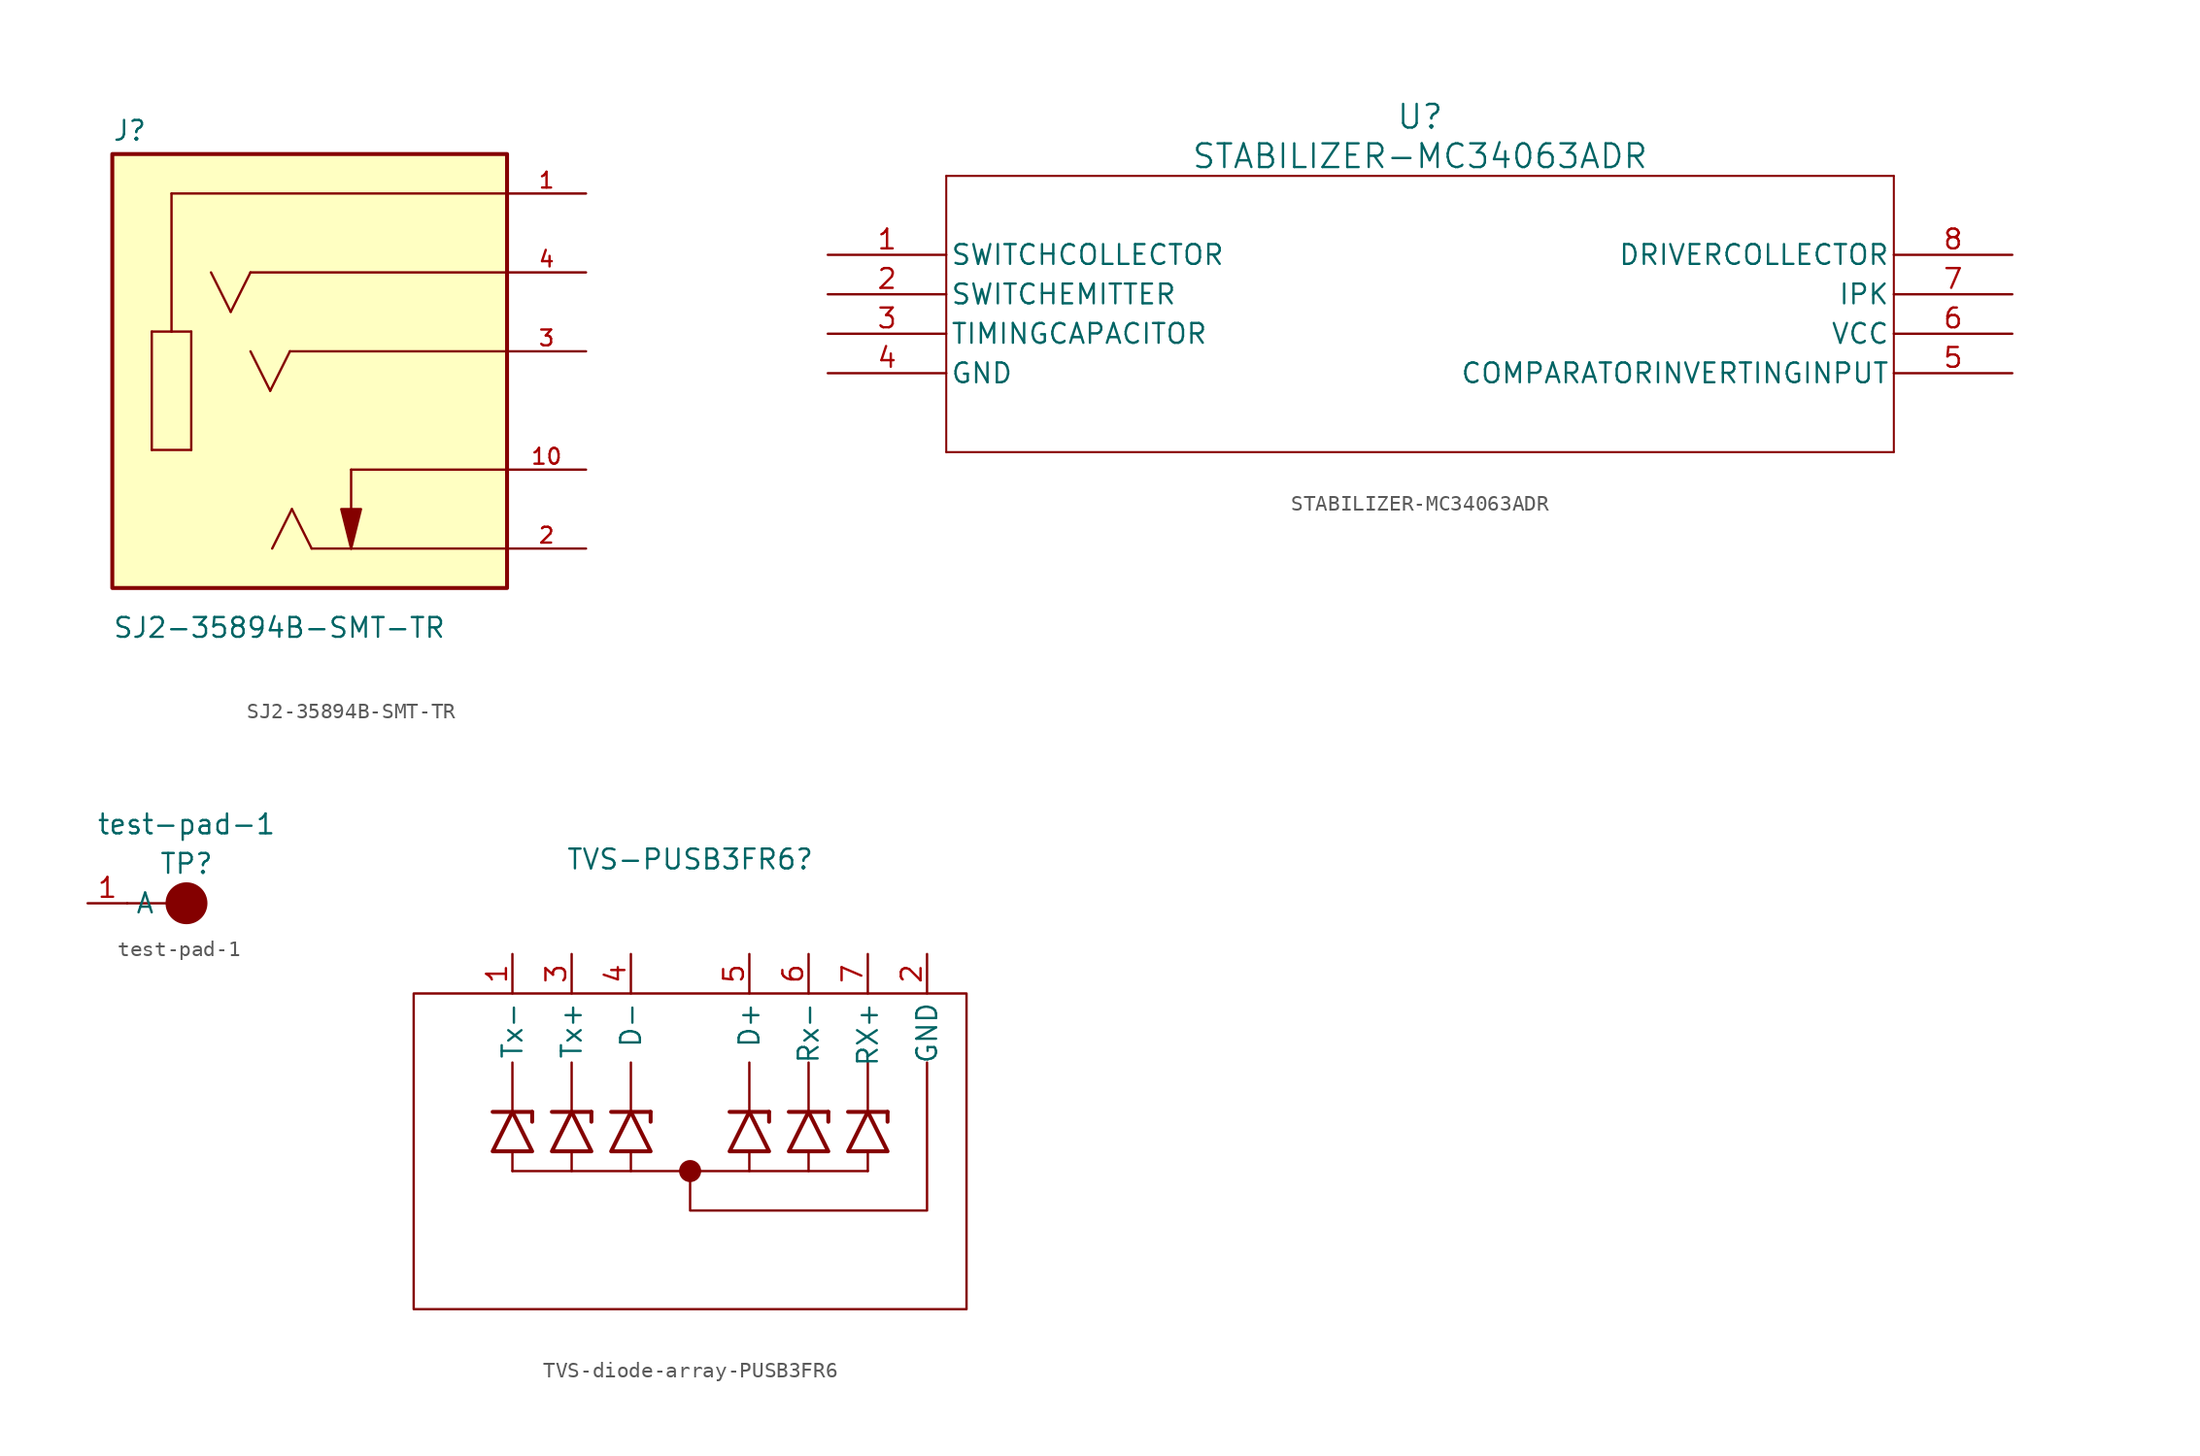
<source format=kicad_sym>
(kicad_symbol_lib
  (version 20241209)
  (generator "kicad_symbol_editor")
  (generator_version "9.0")
  (symbol "SJ2-35894B-SMT-TR"
    (pin_names
      (offset 1.016))
    (property "Reference" "J"
      (at -12.709 16.002 0)
      (effects (font (size 1.27 1.27)) (justify left bottom)))
    (property "Value" "SJ2-35894B-SMT-TR"
      (at -12.701 -16.002 0)
      (effects (font (size 1.27 1.27)) (justify left bottom)))
    (symbol "SJ2-35894B-SMT-TR_0_0"
      (rectangle (start -12.7 -12.7) (end 12.7 15.24) (stroke (width 0.254) (type default)) (fill (type background)))
      (polyline (pts (xy -10.16 3.81) (xy -8.89 3.81)) (stroke (width 0.152) (type default)) (fill (type none)))
      (polyline (pts (xy -10.16 -3.81) (xy -10.16 3.81)) (stroke (width 0.152) (type default)) (fill (type none)))
      (polyline (pts (xy -8.89 12.7) (xy -8.89 3.81)) (stroke (width 0.152) (type default)) (fill (type none)))
      (polyline (pts (xy -8.89 3.81) (xy -7.62 3.81)) (stroke (width 0.152) (type default)) (fill (type none)))
      (polyline (pts (xy -7.62 3.81) (xy -7.62 -3.81)) (stroke (width 0.152) (type default)) (fill (type none)))
      (polyline (pts (xy -7.62 -3.81) (xy -10.16 -3.81)) (stroke (width 0.152) (type default)) (fill (type none)))
      (polyline (pts (xy -5.08 5.08) (xy -6.35 7.62)) (stroke (width 0.152) (type default)) (fill (type none)))
      (polyline (pts (xy -3.81 7.62) (xy -5.08 5.08)) (stroke (width 0.152) (type default)) (fill (type none)))
      (polyline (pts (xy -2.54 0) (xy -3.81 2.54)) (stroke (width 0.152) (type default)) (fill (type none)))
      (polyline (pts (xy -1.27 2.54) (xy -2.54 0)) (stroke (width 0.152) (type default)) (fill (type none)))
      (polyline (pts (xy -1.143 -7.62) (xy -2.413 -10.16)) (stroke (width 0.152) (type default)) (fill (type none)))
      (polyline (pts (xy 0.127 -10.16) (xy -1.143 -7.62)) (stroke (width 0.152) (type default)) (fill (type none)))
      (polyline (pts (xy 2.667 -5.08) (xy 2.667 -10.16)) (stroke (width 0.152) (type default)) (fill (type none)))
      (polyline (pts (xy 2.667 -10.16) (xy 0.127 -10.16)) (stroke (width 0.152) (type default)) (fill (type none)))
      (polyline (pts (xy 2.667 -10.16) (xy 2.032 -7.62) (xy 3.302 -7.62) (xy 2.667 -10.16)) (stroke (width 0.152) (type default)) (fill (type outline)))
      (polyline (pts (xy 12.7 12.7) (xy -8.89 12.7)) (stroke (width 0.152) (type default)) (fill (type none)))
      (polyline (pts (xy 12.7 7.62) (xy -3.81 7.62)) (stroke (width 0.152) (type default)) (fill (type none)))
      (polyline (pts (xy 12.7 2.54) (xy -1.27 2.54)) (stroke (width 0.152) (type default)) (fill (type none)))
      (polyline (pts (xy 12.7 -5.08) (xy 2.667 -5.08)) (stroke (width 0.152) (type default)) (fill (type none)))
      (polyline (pts (xy 12.7 -10.16) (xy 2.667 -10.16)) (stroke (width 0.152) (type default)) (fill (type none)))
      (pin passive line (at 17.78 12.7 180) (length 5.08) (name "~" (effects (font (size 1.016 1.016)))) (number "1" (effects (font (size 1.016 1.016)))))
      (pin passive line (at 17.78 7.62 180) (length 5.08) (name "~" (effects (font (size 1.016 1.016)))) (number "4" (effects (font (size 1.016 1.016)))))
      (pin passive line (at 17.78 2.54 180) (length 5.08) (name "~" (effects (font (size 1.016 1.016)))) (number "3" (effects (font (size 1.016 1.016)))))
      (pin passive line (at 17.78 -5.08 180) (length 5.08) (name "~" (effects (font (size 1.016 1.016)))) (number "10" (effects (font (size 1.016 1.016)))))
      (pin passive line (at 17.78 -10.16 180) (length 5.08) (name "~" (effects (font (size 1.016 1.016)))) (number "2" (effects (font (size 1.016 1.016)))))))
  (symbol "STABILIZER-MC34063ADR"
    (pin_names
      (offset 0.254))
    (property "Reference" "U"
      (at 38.1 8.89 0)
      (effects (font (size 1.524 1.524))))
    (property "Value" "STABILIZER-MC34063ADR"
      (at 38.1 6.35 0)
      (effects (font (size 1.524 1.524))))
    (symbol "STABILIZER-MC34063ADR_0_1"
      (polyline (pts (xy 7.62 5.08) (xy 7.62 -12.7)) (stroke (width 0.127) (type default)) (fill (type none)))
      (polyline (pts (xy 7.62 -12.7) (xy 68.58 -12.7)) (stroke (width 0.127) (type default)) (fill (type none)))
      (polyline (pts (xy 68.58 5.08) (xy 7.62 5.08)) (stroke (width 0.127) (type default)) (fill (type none)))
      (polyline (pts (xy 68.58 -12.7) (xy 68.58 5.08)) (stroke (width 0.127) (type default)) (fill (type none)))
      (pin unspecified line (at 0 0 0) (length 7.62) (name "SWITCHCOLLECTOR" (effects (font (size 1.27 1.27)))) (number "1" (effects (font (size 1.27 1.27)))))
      (pin unspecified line (at 0 -2.54 0) (length 7.62) (name "SWITCHEMITTER" (effects (font (size 1.27 1.27)))) (number "2" (effects (font (size 1.27 1.27)))))
      (pin unspecified line (at 0 -5.08 0) (length 7.62) (name "TIMINGCAPACITOR" (effects (font (size 1.27 1.27)))) (number "3" (effects (font (size 1.27 1.27)))))
      (pin power_in line (at 0 -7.62 0) (length 7.62) (name "GND" (effects (font (size 1.27 1.27)))) (number "4" (effects (font (size 1.27 1.27)))))
      (pin unspecified line (at 76.2 0 180) (length 7.62) (name "DRIVERCOLLECTOR" (effects (font (size 1.27 1.27)))) (number "8" (effects (font (size 1.27 1.27)))))
      (pin unspecified line (at 76.2 -2.54 180) (length 7.62) (name "IPK" (effects (font (size 1.27 1.27)))) (number "7" (effects (font (size 1.27 1.27)))))
      (pin power_in line (at 76.2 -5.08 180) (length 7.62) (name "VCC" (effects (font (size 1.27 1.27)))) (number "6" (effects (font (size 1.27 1.27)))))
      (pin unspecified line (at 76.2 -7.62 180) (length 7.62) (name "COMPARATORINVERTINGINPUT" (effects (font (size 1.27 1.27)))) (number "5" (effects (font (size 1.27 1.27)))))))
  (symbol "test-pad-1"
    (property "Reference" "TP"
      (at 0 1.27 0)
      (effects (font (size 1.27 1.27))))
    (property "Value" "test-pad-1"
      (at 0 3.81 0)
      (effects (font (size 1.27 1.27))))
    (symbol "test-pad-1_0_1"
      (polyline (pts (xy 0 -1.27) (xy -3.81 -1.27)) (stroke (width 0) (type default)) (fill (type none)))
      (circle (center 0 -1.27) (radius 1.27) (stroke (width 0) (type default)) (fill (type outline))))
    (symbol "test-pad-1_1_1"
      (pin passive line (at -6.35 -1.27 0) (length 2.54) (name "A" (effects (font (size 1.27 1.27)))) (number "1" (effects (font (size 1.27 1.27)))))))
  (symbol "TVS-diode-array-PUSB3FR6"
    (property "Reference" "TVS-PUSB3FR6"
      (at 0 1.016 0)
      (effects (font (size 1.27 1.27))))
    (property "Value" ""
      (at 0 0 0)
      (effects (font (size 1.27 1.27))))
    (symbol "TVS-diode-array-PUSB3FR6_0_1"
      (rectangle (start -17.78 -7.62) (end 17.78 -27.94) (stroke (width 0) (type default)) (fill (type none)))
      (polyline (pts (xy -12.7 -15.24) (xy -10.16 -15.24)) (stroke (width 0.254) (type default)) (fill (type none)))
      (polyline (pts (xy -12.7 -17.78) (xy -10.16 -17.78) (xy -11.43 -15.24) (xy -12.7 -17.78)) (stroke (width 0.254) (type default)) (fill (type none)))
      (polyline (pts (xy -8.89 -15.24) (xy -6.35 -15.24)) (stroke (width 0.254) (type default)) (fill (type none)))
      (polyline (pts (xy -8.89 -17.78) (xy -6.35 -17.78) (xy -7.62 -15.24) (xy -8.89 -17.78)) (stroke (width 0.254) (type default)) (fill (type none)))
      (polyline (pts (xy -5.08 -15.24) (xy -2.54 -15.24)) (stroke (width 0.254) (type default)) (fill (type none)))
      (polyline (pts (xy -5.08 -17.78) (xy -2.54 -17.78) (xy -3.81 -15.24) (xy -5.08 -17.78)) (stroke (width 0.254) (type default)) (fill (type none)))
      (polyline (pts (xy 2.54 -15.24) (xy 5.08 -15.24)) (stroke (width 0.254) (type default)) (fill (type none)))
      (polyline (pts (xy 2.54 -17.78) (xy 5.08 -17.78) (xy 3.81 -15.24) (xy 2.54 -17.78)) (stroke (width 0.254) (type default)) (fill (type none)))
      (polyline (pts (xy 6.35 -15.24) (xy 8.89 -15.24)) (stroke (width 0.254) (type default)) (fill (type none)))
      (polyline (pts (xy 6.35 -17.78) (xy 8.89 -17.78) (xy 7.62 -15.24) (xy 6.35 -17.78)) (stroke (width 0.254) (type default)) (fill (type none)))
      (polyline (pts (xy 10.16 -15.24) (xy 12.7 -15.24)) (stroke (width 0.254) (type default)) (fill (type none)))
      (polyline (pts (xy 10.16 -17.78) (xy 12.7 -17.78) (xy 11.43 -15.24) (xy 10.16 -17.78)) (stroke (width 0.254) (type default)) (fill (type none))))
    (symbol "TVS-diode-array-PUSB3FR6_1_1"
      (polyline (pts (xy -11.43 -15.24) (xy -11.43 -12.065)) (stroke (width 0) (type default)) (fill (type none)))
      (polyline (pts (xy -11.43 -19.05) (xy -11.43 -17.78)) (stroke (width 0) (type default)) (fill (type none)))
      (polyline (pts (xy -10.16 -15.24) (xy -10.16 -15.875) (xy -10.16 -15.24)) (stroke (width 0.254) (type default)) (fill (type none)))
      (polyline (pts (xy -7.62 -15.24) (xy -7.62 -12.065)) (stroke (width 0) (type default)) (fill (type none)))
      (polyline (pts (xy -7.62 -19.05) (xy -7.62 -17.78)) (stroke (width 0) (type default)) (fill (type none)))
      (polyline (pts (xy -6.35 -15.24) (xy -6.35 -15.875) (xy -6.35 -15.24)) (stroke (width 0.254) (type default)) (fill (type none)))
      (polyline (pts (xy -3.81 -15.24) (xy -3.81 -12.065)) (stroke (width 0) (type default)) (fill (type none)))
      (polyline (pts (xy -3.81 -19.05) (xy -3.81 -17.78)) (stroke (width 0) (type default)) (fill (type none)))
      (polyline (pts (xy -2.54 -15.24) (xy -2.54 -15.875) (xy -2.54 -15.24)) (stroke (width 0.254) (type default)) (fill (type none)))
      (circle (center 0 -19.05) (radius 0.0001) (stroke (width 0) (type default)) (fill (type none)))
      (circle (center 0 -19.05) (radius 0.0001) (stroke (width 0) (type default)) (fill (type none)))
      (circle (center 0 -19.05) (radius 0.635) (stroke (width 0) (type default)) (fill (type outline)))
      (polyline (pts (xy 3.81 -15.24) (xy 3.81 -12.065)) (stroke (width 0) (type default)) (fill (type none)))
      (polyline (pts (xy 3.81 -19.05) (xy 3.81 -17.78)) (stroke (width 0) (type default)) (fill (type none)))
      (polyline (pts (xy 5.08 -15.24) (xy 5.08 -15.875) (xy 5.08 -15.24)) (stroke (width 0.254) (type default)) (fill (type none)))
      (polyline (pts (xy 7.62 -15.24) (xy 7.62 -12.065)) (stroke (width 0) (type default)) (fill (type none)))
      (polyline (pts (xy 7.62 -19.05) (xy 7.62 -17.78)) (stroke (width 0) (type default)) (fill (type none)))
      (polyline (pts (xy 8.89 -15.24) (xy 8.89 -15.875) (xy 8.89 -15.24)) (stroke (width 0.254) (type default)) (fill (type none)))
      (polyline (pts (xy 11.43 -15.24) (xy 11.43 -12.065)) (stroke (width 0) (type default)) (fill (type none)))
      (polyline (pts (xy 11.43 -19.05) (xy 11.43 -17.78)) (stroke (width 0) (type default)) (fill (type none)))
      (polyline (pts (xy 12.7 -15.24) (xy 12.7 -15.875) (xy 12.7 -15.24)) (stroke (width 0.254) (type default)) (fill (type none)))
      (polyline (pts (xy 15.24 -12.065) (xy 15.24 -21.59) (xy 0 -21.59) (xy 0 -19.05) (xy 11.43 -19.05) (xy -11.43 -19.05)) (stroke (width 0) (type default)) (fill (type none)))
      (pin input line (at -11.43 -5.08 270) (length 2.54) (name "Tx-" (effects (font (size 1.27 1.27)))) (number "1" (effects (font (size 1.27 1.27)))))
      (pin input line (at -7.62 -5.08 270) (length 2.54) (name "Tx+" (effects (font (size 1.27 1.27)))) (number "3" (effects (font (size 1.27 1.27)))))
      (pin input line (at -3.81 -5.08 270) (length 2.54) (name "D-" (effects (font (size 1.27 1.27)))) (number "4" (effects (font (size 1.27 1.27)))))
      (pin input line (at 3.81 -5.08 270) (length 2.54) (name "D+" (effects (font (size 1.27 1.27)))) (number "5" (effects (font (size 1.27 1.27)))))
      (pin input line (at 7.62 -5.08 270) (length 2.54) (name "Rx-" (effects (font (size 1.27 1.27)))) (number "6" (effects (font (size 1.27 1.27)))))
      (pin input line (at 11.43 -5.08 270) (length 2.54) (name "RX+" (effects (font (size 1.27 1.27)))) (number "7" (effects (font (size 1.27 1.27)))))
      (pin input line (at 15.24 -5.08 270) (length 2.54) (name "GND" (effects (font (size 1.27 1.27)))) (number "2" (effects (font (size 1.27 1.27))))))))
</source>
